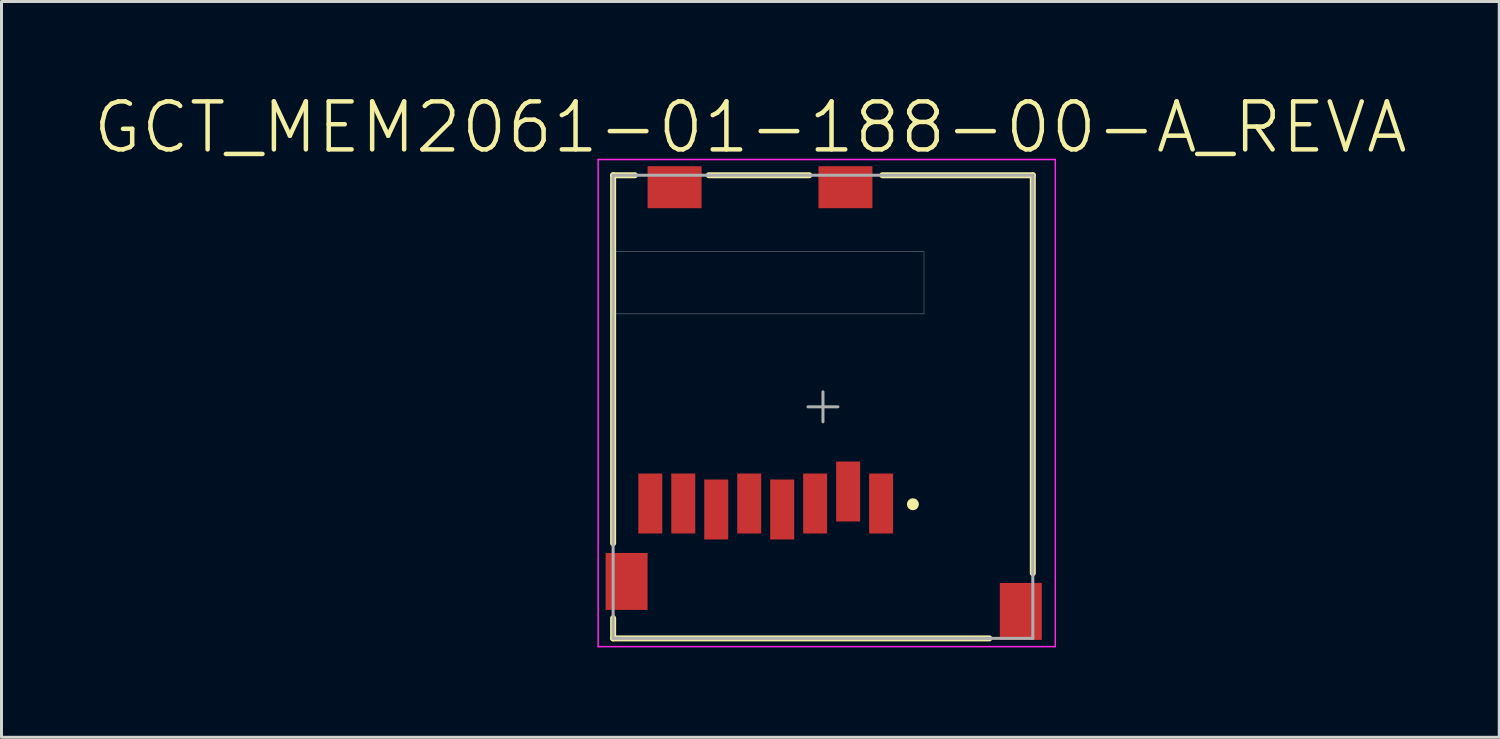
<source format=kicad_pcb>
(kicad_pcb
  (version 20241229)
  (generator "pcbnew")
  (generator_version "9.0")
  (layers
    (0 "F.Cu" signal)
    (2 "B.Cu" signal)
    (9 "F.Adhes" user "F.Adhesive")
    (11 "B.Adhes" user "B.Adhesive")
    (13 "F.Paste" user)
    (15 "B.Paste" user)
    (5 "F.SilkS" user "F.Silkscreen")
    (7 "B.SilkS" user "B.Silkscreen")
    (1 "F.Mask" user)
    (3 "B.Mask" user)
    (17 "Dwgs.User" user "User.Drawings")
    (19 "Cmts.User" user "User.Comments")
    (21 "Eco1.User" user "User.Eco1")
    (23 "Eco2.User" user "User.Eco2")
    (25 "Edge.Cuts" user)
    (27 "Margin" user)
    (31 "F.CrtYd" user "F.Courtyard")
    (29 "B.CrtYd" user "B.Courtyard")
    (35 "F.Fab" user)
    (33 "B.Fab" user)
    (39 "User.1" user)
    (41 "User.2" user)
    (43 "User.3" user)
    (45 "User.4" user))
  (footprint "GCT_MEM2061-01-188-00-A_REVA"
    (layer "F.Cu")
    (at 24.403 10.521)
    (property "Reference" "GCT_MEM2061-01-188-00-A_REVA" (at -2.421 -9.321 0) (layer "F.SilkS") (effects (font (size 1.601 1.601) (thickness 0.15))))
    (attr through_hole)
    (fp_line (start -7 -7.725) (end -6.274 -7.725) (stroke (width 0.2) (type solid)) (layer "F.SilkS"))
    (fp_line (start -7 4.55) (end -7 -7.725) (stroke (width 0.2) (type solid)) (layer "F.SilkS"))
    (fp_line (start -7 7.725) (end -7 7.05) (stroke (width 0.2) (type solid)) (layer "F.SilkS"))
    (fp_line (start -7 7.725) (end 5.55 7.725) (stroke (width 0.2) (type solid)) (layer "F.SilkS"))
    (fp_line (start -3.81 -7.725) (end -0.457 -7.725) (stroke (width 0.2) (type solid)) (layer "F.SilkS"))
    (fp_line (start 1.981 -7.725) (end 7 -7.725) (stroke (width 0.2) (type solid)) (layer "F.SilkS"))
    (fp_line (start 7 5.55) (end 7 -7.725) (stroke (width 0.2) (type solid)) (layer "F.SilkS"))
    (fp_circle (center 3 3.25) (end 3.1 3.25) (stroke (width 0.2) (type solid)) (fill no) (layer "F.SilkS"))
    (fp_poly (pts (xy -7.011 -5.175) (xy 3.37 -5.175) (xy 3.37 -3.1) (xy -7.011 -3.1)) (stroke (width 0.01) (type solid)) (fill no) (layer "Dwgs.User"))
    (fp_line (start -7.5 -8.25) (end 7.75 -8.25) (stroke (width 0.05) (type solid)) (layer "F.CrtYd"))
    (fp_line (start -7.5 8) (end -7.5 -8.25) (stroke (width 0.05) (type solid)) (layer "F.CrtYd"))
    (fp_line (start 7.75 -8.25) (end 7.75 8) (stroke (width 0.05) (type solid)) (layer "F.CrtYd"))
    (fp_line (start 7.75 8) (end -7.5 8) (stroke (width 0.05) (type solid)) (layer "F.CrtYd"))
    (fp_line (start -7 -7.725) (end 7 -7.725) (stroke (width 0.1) (type solid)) (layer "F.Fab"))
    (fp_line (start -7 7.725) (end -7 -7.725) (stroke (width 0.1) (type solid)) (layer "F.Fab"))
    (fp_line (start -7 7.725) (end 7 7.725) (stroke (width 0.1) (type solid)) (layer "F.Fab"))
    (fp_line (start -0.5 0) (end 0.5 0) (stroke (width 0.1) (type solid)) (layer "F.Fab"))
    (fp_line (start 0 0.5) (end 0 -0.5) (stroke (width 0.1) (type solid)) (layer "F.Fab"))
    (fp_line (start 7 7.725) (end 7 -7.725) (stroke (width 0.1) (type solid)) (layer "F.Fab"))
    (pad "1" smd rect (at 1.94 3.225) (size 0.8 2) (layers "F.Cu" "F.Mask" "F.Paste"))
    (pad "2" smd rect (at 0.84 2.825) (size 0.8 2) (layers "F.Cu" "F.Mask" "F.Paste"))
    (pad "3" smd rect (at -0.26 3.225) (size 0.8 2) (layers "F.Cu" "F.Mask" "F.Paste"))
    (pad "4" smd rect (at -1.36 3.425) (size 0.8 2) (layers "F.Cu" "F.Mask" "F.Paste"))
    (pad "5" smd rect (at -2.46 3.225) (size 0.8 2) (layers "F.Cu" "F.Mask" "F.Paste"))
    (pad "6" smd rect (at -3.56 3.425) (size 0.8 2) (layers "F.Cu" "F.Mask" "F.Paste"))
    (pad "7" smd rect (at -4.66 3.225) (size 0.8 2) (layers "F.Cu" "F.Mask" "F.Paste"))
    (pad "8" smd rect (at -5.76 3.225) (size 0.8 2) (layers "F.Cu" "F.Mask" "F.Paste"))
    (pad "9" smd rect (at -4.95 -7.325) (size 1.8 1.4) (layers "F.Cu" "F.Mask" "F.Paste"))
    (pad "10" smd rect (at 0.75 -7.325) (size 1.8 1.4) (layers "F.Cu" "F.Mask" "F.Paste"))
    (pad "11" smd rect (at -6.55 5.825) (size 1.4 1.9) (layers "F.Cu" "F.Mask" "F.Paste"))
    (pad "12" smd rect (at 6.6 6.825) (size 1.4 1.9) (layers "F.Cu" "F.Mask" "F.Paste")))
  (gr_rect
    (start -3 -3)
    (end 46.963 21.546)
    (stroke (width 0.1) (type default))
    (fill no)
    (layer "Edge.Cuts")))
</source>
